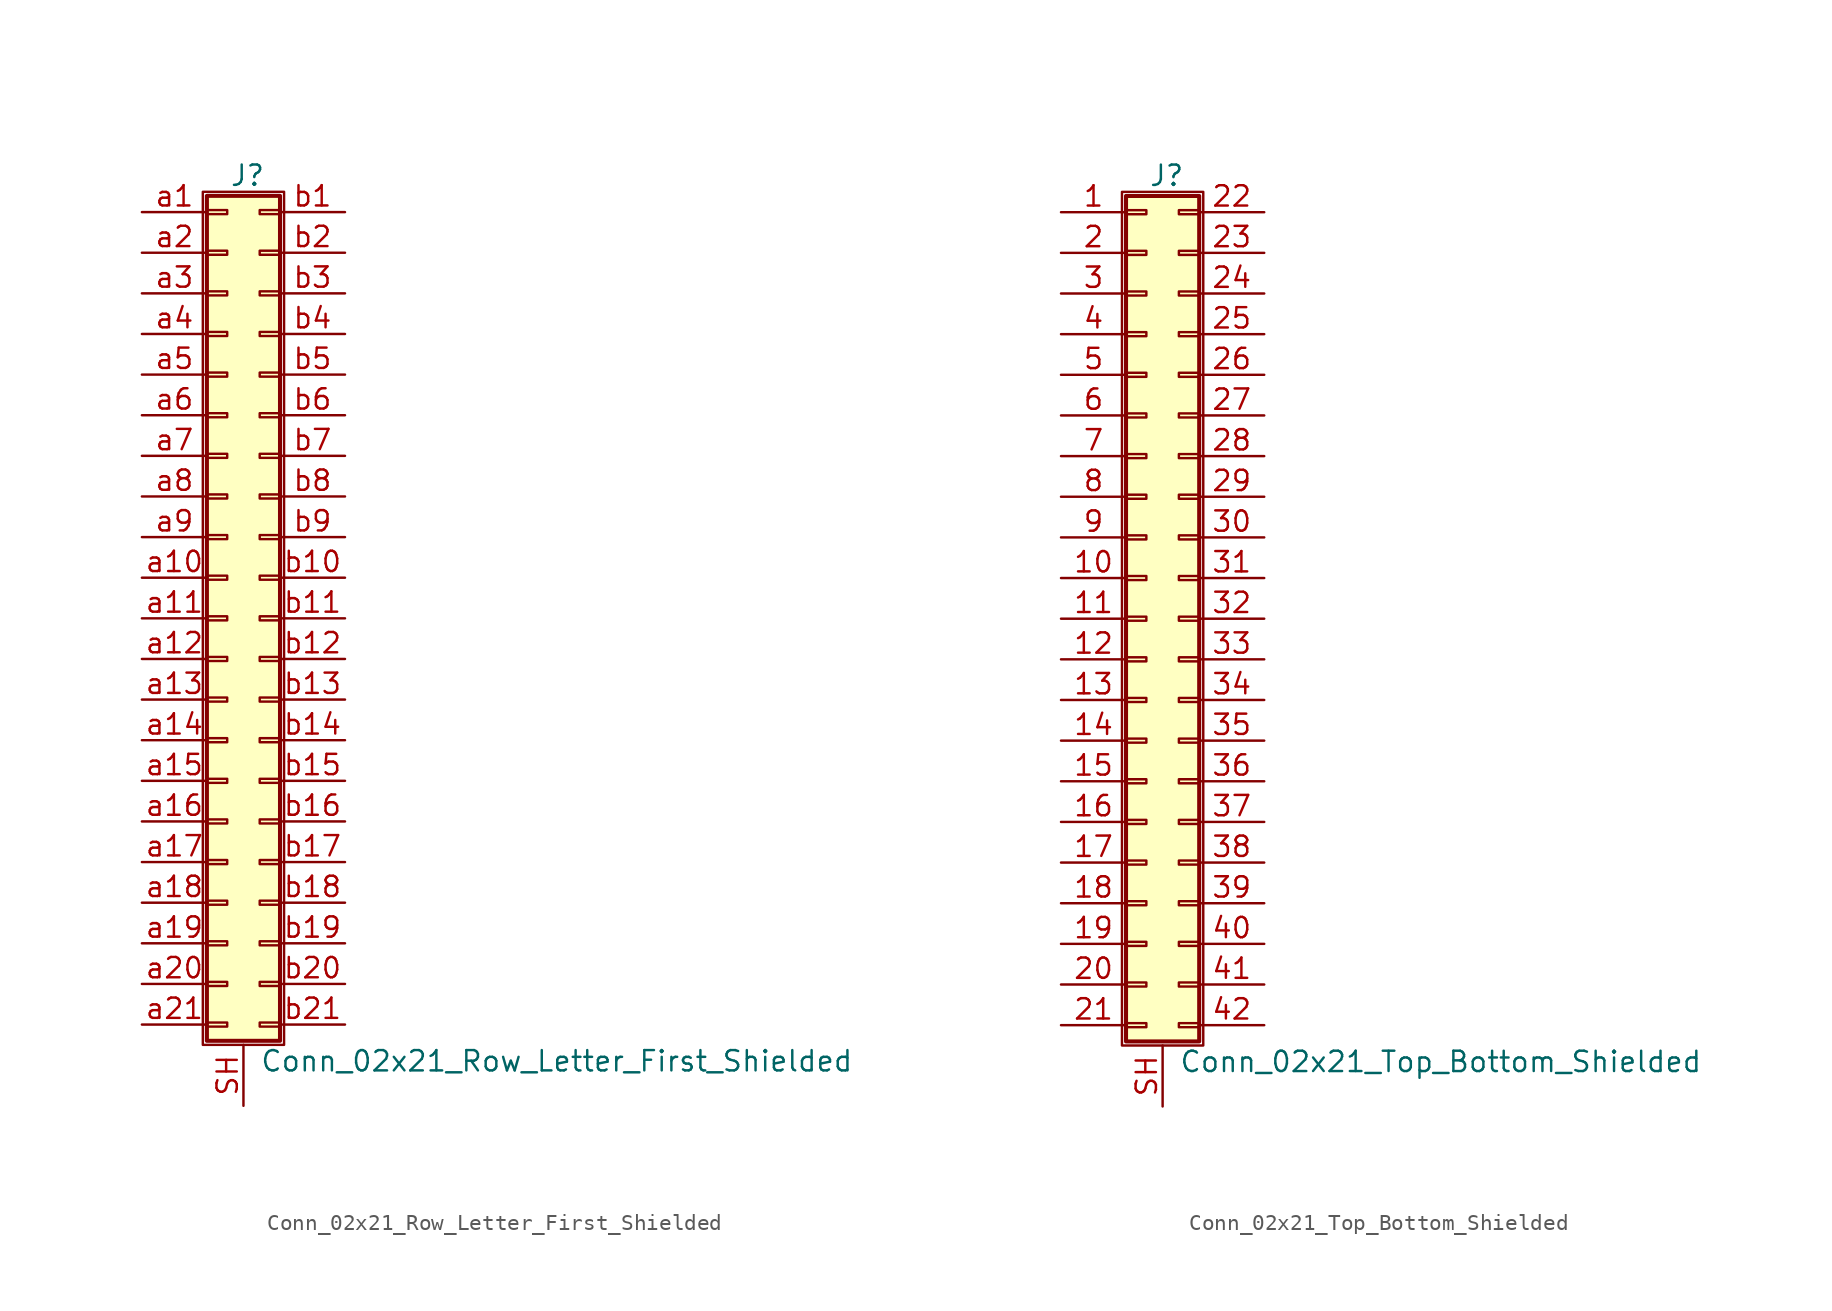
<source format=kicad_sym>
(kicad_symbol_lib
  (version 20220914)
  (generator kicad_symbol_editor)
  (symbol "Conn_02x21_Row_Letter_First_Shielded"
    (pin_names
      (offset 1.016) hide)
    (property "Reference" "J"
      (at 1.524 27.686 0)
      (effects (font (size 1.27 1.27))))
    (property "Value" "Conn_02x21_Row_Letter_First_Shielded"
      (at 2.286 -27.686 0)
      (effects (font (size 1.27 1.27)) (justify left)))
    (symbol "Conn_02x21_Row_Letter_First_Shielded_1_1"
      (rectangle (start -1.27 26.67) (end 3.81 -26.67) (stroke (width 0.152) (type default)) (fill (type none)))
      (rectangle (start -1.016 -25.273) (end 0.254 -25.527) (stroke (width 0.152) (type default)) (fill (type none)))
      (rectangle (start -1.016 -22.733) (end 0.254 -22.987) (stroke (width 0.152) (type default)) (fill (type none)))
      (rectangle (start -1.016 -20.193) (end 0.254 -20.447) (stroke (width 0.152) (type default)) (fill (type none)))
      (rectangle (start -1.016 -17.653) (end 0.254 -17.907) (stroke (width 0.152) (type default)) (fill (type none)))
      (rectangle (start -1.016 -15.113) (end 0.254 -15.367) (stroke (width 0.152) (type default)) (fill (type none)))
      (rectangle (start -1.016 -12.573) (end 0.254 -12.827) (stroke (width 0.152) (type default)) (fill (type none)))
      (rectangle (start -1.016 -10.033) (end 0.254 -10.287) (stroke (width 0.152) (type default)) (fill (type none)))
      (rectangle (start -1.016 -7.493) (end 0.254 -7.747) (stroke (width 0.152) (type default)) (fill (type none)))
      (rectangle (start -1.016 -4.953) (end 0.254 -5.207) (stroke (width 0.152) (type default)) (fill (type none)))
      (rectangle (start -1.016 -2.413) (end 0.254 -2.667) (stroke (width 0.152) (type default)) (fill (type none)))
      (rectangle (start -1.016 0.127) (end 0.254 -0.127) (stroke (width 0.152) (type default)) (fill (type none)))
      (rectangle (start -1.016 2.667) (end 0.254 2.413) (stroke (width 0.152) (type default)) (fill (type none)))
      (rectangle (start -1.016 5.207) (end 0.254 4.953) (stroke (width 0.152) (type default)) (fill (type none)))
      (rectangle (start -1.016 7.747) (end 0.254 7.493) (stroke (width 0.152) (type default)) (fill (type none)))
      (rectangle (start -1.016 10.287) (end 0.254 10.033) (stroke (width 0.152) (type default)) (fill (type none)))
      (rectangle (start -1.016 12.827) (end 0.254 12.573) (stroke (width 0.152) (type default)) (fill (type none)))
      (rectangle (start -1.016 15.367) (end 0.254 15.113) (stroke (width 0.152) (type default)) (fill (type none)))
      (rectangle (start -1.016 17.907) (end 0.254 17.653) (stroke (width 0.152) (type default)) (fill (type none)))
      (rectangle (start -1.016 20.447) (end 0.254 20.193) (stroke (width 0.152) (type default)) (fill (type none)))
      (rectangle (start -1.016 22.987) (end 0.254 22.733) (stroke (width 0.152) (type default)) (fill (type none)))
      (rectangle (start -1.016 25.527) (end 0.254 25.273) (stroke (width 0.152) (type default)) (fill (type none)))
      (rectangle (start -1.016 26.416) (end 3.556 -26.416) (stroke (width 0.254) (type default)) (fill (type background)))
      (rectangle (start 3.556 -25.273) (end 2.286 -25.527) (stroke (width 0.152) (type default)) (fill (type none)))
      (rectangle (start 3.556 -22.733) (end 2.286 -22.987) (stroke (width 0.152) (type default)) (fill (type none)))
      (rectangle (start 3.556 -20.193) (end 2.286 -20.447) (stroke (width 0.152) (type default)) (fill (type none)))
      (rectangle (start 3.556 -17.653) (end 2.286 -17.907) (stroke (width 0.152) (type default)) (fill (type none)))
      (rectangle (start 3.556 -15.113) (end 2.286 -15.367) (stroke (width 0.152) (type default)) (fill (type none)))
      (rectangle (start 3.556 -12.573) (end 2.286 -12.827) (stroke (width 0.152) (type default)) (fill (type none)))
      (rectangle (start 3.556 -10.033) (end 2.286 -10.287) (stroke (width 0.152) (type default)) (fill (type none)))
      (rectangle (start 3.556 -7.493) (end 2.286 -7.747) (stroke (width 0.152) (type default)) (fill (type none)))
      (rectangle (start 3.556 -4.953) (end 2.286 -5.207) (stroke (width 0.152) (type default)) (fill (type none)))
      (rectangle (start 3.556 -2.413) (end 2.286 -2.667) (stroke (width 0.152) (type default)) (fill (type none)))
      (rectangle (start 3.556 0.127) (end 2.286 -0.127) (stroke (width 0.152) (type default)) (fill (type none)))
      (rectangle (start 3.556 2.667) (end 2.286 2.413) (stroke (width 0.152) (type default)) (fill (type none)))
      (rectangle (start 3.556 5.207) (end 2.286 4.953) (stroke (width 0.152) (type default)) (fill (type none)))
      (rectangle (start 3.556 7.747) (end 2.286 7.493) (stroke (width 0.152) (type default)) (fill (type none)))
      (rectangle (start 3.556 10.287) (end 2.286 10.033) (stroke (width 0.152) (type default)) (fill (type none)))
      (rectangle (start 3.556 12.827) (end 2.286 12.573) (stroke (width 0.152) (type default)) (fill (type none)))
      (rectangle (start 3.556 15.367) (end 2.286 15.113) (stroke (width 0.152) (type default)) (fill (type none)))
      (rectangle (start 3.556 17.907) (end 2.286 17.653) (stroke (width 0.152) (type default)) (fill (type none)))
      (rectangle (start 3.556 20.447) (end 2.286 20.193) (stroke (width 0.152) (type default)) (fill (type none)))
      (rectangle (start 3.556 22.987) (end 2.286 22.733) (stroke (width 0.152) (type default)) (fill (type none)))
      (rectangle (start 3.556 25.527) (end 2.286 25.273) (stroke (width 0.152) (type default)) (fill (type none)))
      (pin passive line (at 1.27 -30.48 90) (length 3.81) (name "Shield" (effects (font (size 1.27 1.27)))) (number "SH" (effects (font (size 1.27 1.27)))))
      (pin passive line (at -5.08 25.4 0) (length 4.064) (name "Pin_a1" (effects (font (size 1.27 1.27)))) (number "a1" (effects (font (size 1.27 1.27)))))
      (pin passive line (at -5.08 2.54 0) (length 4.064) (name "Pin_a10" (effects (font (size 1.27 1.27)))) (number "a10" (effects (font (size 1.27 1.27)))))
      (pin passive line (at -5.08 0 0) (length 4.064) (name "Pin_a11" (effects (font (size 1.27 1.27)))) (number "a11" (effects (font (size 1.27 1.27)))))
      (pin passive line (at -5.08 -2.54 0) (length 4.064) (name "Pin_a12" (effects (font (size 1.27 1.27)))) (number "a12" (effects (font (size 1.27 1.27)))))
      (pin passive line (at -5.08 -5.08 0) (length 4.064) (name "Pin_a13" (effects (font (size 1.27 1.27)))) (number "a13" (effects (font (size 1.27 1.27)))))
      (pin passive line (at -5.08 -7.62 0) (length 4.064) (name "Pin_a14" (effects (font (size 1.27 1.27)))) (number "a14" (effects (font (size 1.27 1.27)))))
      (pin passive line (at -5.08 -10.16 0) (length 4.064) (name "Pin_a15" (effects (font (size 1.27 1.27)))) (number "a15" (effects (font (size 1.27 1.27)))))
      (pin passive line (at -5.08 -12.7 0) (length 4.064) (name "Pin_a16" (effects (font (size 1.27 1.27)))) (number "a16" (effects (font (size 1.27 1.27)))))
      (pin passive line (at -5.08 -15.24 0) (length 4.064) (name "Pin_a17" (effects (font (size 1.27 1.27)))) (number "a17" (effects (font (size 1.27 1.27)))))
      (pin passive line (at -5.08 -17.78 0) (length 4.064) (name "Pin_a18" (effects (font (size 1.27 1.27)))) (number "a18" (effects (font (size 1.27 1.27)))))
      (pin passive line (at -5.08 -20.32 0) (length 4.064) (name "Pin_a19" (effects (font (size 1.27 1.27)))) (number "a19" (effects (font (size 1.27 1.27)))))
      (pin passive line (at -5.08 22.86 0) (length 4.064) (name "Pin_a2" (effects (font (size 1.27 1.27)))) (number "a2" (effects (font (size 1.27 1.27)))))
      (pin passive line (at -5.08 -22.86 0) (length 4.064) (name "Pin_a20" (effects (font (size 1.27 1.27)))) (number "a20" (effects (font (size 1.27 1.27)))))
      (pin passive line (at -5.08 -25.4 0) (length 4.064) (name "Pin_a21" (effects (font (size 1.27 1.27)))) (number "a21" (effects (font (size 1.27 1.27)))))
      (pin passive line (at -5.08 20.32 0) (length 4.064) (name "Pin_a3" (effects (font (size 1.27 1.27)))) (number "a3" (effects (font (size 1.27 1.27)))))
      (pin passive line (at -5.08 17.78 0) (length 4.064) (name "Pin_a4" (effects (font (size 1.27 1.27)))) (number "a4" (effects (font (size 1.27 1.27)))))
      (pin passive line (at -5.08 15.24 0) (length 4.064) (name "Pin_a5" (effects (font (size 1.27 1.27)))) (number "a5" (effects (font (size 1.27 1.27)))))
      (pin passive line (at -5.08 12.7 0) (length 4.064) (name "Pin_a6" (effects (font (size 1.27 1.27)))) (number "a6" (effects (font (size 1.27 1.27)))))
      (pin passive line (at -5.08 10.16 0) (length 4.064) (name "Pin_a7" (effects (font (size 1.27 1.27)))) (number "a7" (effects (font (size 1.27 1.27)))))
      (pin passive line (at -5.08 7.62 0) (length 4.064) (name "Pin_a8" (effects (font (size 1.27 1.27)))) (number "a8" (effects (font (size 1.27 1.27)))))
      (pin passive line (at -5.08 5.08 0) (length 4.064) (name "Pin_a9" (effects (font (size 1.27 1.27)))) (number "a9" (effects (font (size 1.27 1.27)))))
      (pin passive line (at 7.62 25.4 180) (length 4.064) (name "Pin_b1" (effects (font (size 1.27 1.27)))) (number "b1" (effects (font (size 1.27 1.27)))))
      (pin passive line (at 7.62 2.54 180) (length 4.064) (name "Pin_b10" (effects (font (size 1.27 1.27)))) (number "b10" (effects (font (size 1.27 1.27)))))
      (pin passive line (at 7.62 0 180) (length 4.064) (name "Pin_b11" (effects (font (size 1.27 1.27)))) (number "b11" (effects (font (size 1.27 1.27)))))
      (pin passive line (at 7.62 -2.54 180) (length 4.064) (name "Pin_b12" (effects (font (size 1.27 1.27)))) (number "b12" (effects (font (size 1.27 1.27)))))
      (pin passive line (at 7.62 -5.08 180) (length 4.064) (name "Pin_b13" (effects (font (size 1.27 1.27)))) (number "b13" (effects (font (size 1.27 1.27)))))
      (pin passive line (at 7.62 -7.62 180) (length 4.064) (name "Pin_b14" (effects (font (size 1.27 1.27)))) (number "b14" (effects (font (size 1.27 1.27)))))
      (pin passive line (at 7.62 -10.16 180) (length 4.064) (name "Pin_b15" (effects (font (size 1.27 1.27)))) (number "b15" (effects (font (size 1.27 1.27)))))
      (pin passive line (at 7.62 -12.7 180) (length 4.064) (name "Pin_b16" (effects (font (size 1.27 1.27)))) (number "b16" (effects (font (size 1.27 1.27)))))
      (pin passive line (at 7.62 -15.24 180) (length 4.064) (name "Pin_b17" (effects (font (size 1.27 1.27)))) (number "b17" (effects (font (size 1.27 1.27)))))
      (pin passive line (at 7.62 -17.78 180) (length 4.064) (name "Pin_b18" (effects (font (size 1.27 1.27)))) (number "b18" (effects (font (size 1.27 1.27)))))
      (pin passive line (at 7.62 -20.32 180) (length 4.064) (name "Pin_b19" (effects (font (size 1.27 1.27)))) (number "b19" (effects (font (size 1.27 1.27)))))
      (pin passive line (at 7.62 22.86 180) (length 4.064) (name "Pin_b2" (effects (font (size 1.27 1.27)))) (number "b2" (effects (font (size 1.27 1.27)))))
      (pin passive line (at 7.62 -22.86 180) (length 4.064) (name "Pin_b20" (effects (font (size 1.27 1.27)))) (number "b20" (effects (font (size 1.27 1.27)))))
      (pin passive line (at 7.62 -25.4 180) (length 4.064) (name "Pin_b21" (effects (font (size 1.27 1.27)))) (number "b21" (effects (font (size 1.27 1.27)))))
      (pin passive line (at 7.62 20.32 180) (length 4.064) (name "Pin_b3" (effects (font (size 1.27 1.27)))) (number "b3" (effects (font (size 1.27 1.27)))))
      (pin passive line (at 7.62 17.78 180) (length 4.064) (name "Pin_b4" (effects (font (size 1.27 1.27)))) (number "b4" (effects (font (size 1.27 1.27)))))
      (pin passive line (at 7.62 15.24 180) (length 4.064) (name "Pin_b5" (effects (font (size 1.27 1.27)))) (number "b5" (effects (font (size 1.27 1.27)))))
      (pin passive line (at 7.62 12.7 180) (length 4.064) (name "Pin_b6" (effects (font (size 1.27 1.27)))) (number "b6" (effects (font (size 1.27 1.27)))))
      (pin passive line (at 7.62 10.16 180) (length 4.064) (name "Pin_b7" (effects (font (size 1.27 1.27)))) (number "b7" (effects (font (size 1.27 1.27)))))
      (pin passive line (at 7.62 7.62 180) (length 4.064) (name "Pin_b8" (effects (font (size 1.27 1.27)))) (number "b8" (effects (font (size 1.27 1.27)))))
      (pin passive line (at 7.62 5.08 180) (length 4.064) (name "Pin_b9" (effects (font (size 1.27 1.27)))) (number "b9" (effects (font (size 1.27 1.27)))))))
  (symbol "Conn_02x21_Top_Bottom_Shielded"
    (pin_names
      (offset 1.016) hide)
    (property "Reference" "J"
      (at 1.524 27.686 0)
      (effects (font (size 1.27 1.27))))
    (property "Value" "Conn_02x21_Top_Bottom_Shielded"
      (at 2.286 -27.686 0)
      (effects (font (size 1.27 1.27)) (justify left)))
    (symbol "Conn_02x21_Top_Bottom_Shielded_1_1"
      (rectangle (start -1.27 26.67) (end 3.81 -26.67) (stroke (width 0.152) (type default)) (fill (type none)))
      (rectangle (start -1.016 -25.273) (end 0.254 -25.527) (stroke (width 0.152) (type default)) (fill (type none)))
      (rectangle (start -1.016 -22.733) (end 0.254 -22.987) (stroke (width 0.152) (type default)) (fill (type none)))
      (rectangle (start -1.016 -20.193) (end 0.254 -20.447) (stroke (width 0.152) (type default)) (fill (type none)))
      (rectangle (start -1.016 -17.653) (end 0.254 -17.907) (stroke (width 0.152) (type default)) (fill (type none)))
      (rectangle (start -1.016 -15.113) (end 0.254 -15.367) (stroke (width 0.152) (type default)) (fill (type none)))
      (rectangle (start -1.016 -12.573) (end 0.254 -12.827) (stroke (width 0.152) (type default)) (fill (type none)))
      (rectangle (start -1.016 -10.033) (end 0.254 -10.287) (stroke (width 0.152) (type default)) (fill (type none)))
      (rectangle (start -1.016 -7.493) (end 0.254 -7.747) (stroke (width 0.152) (type default)) (fill (type none)))
      (rectangle (start -1.016 -4.953) (end 0.254 -5.207) (stroke (width 0.152) (type default)) (fill (type none)))
      (rectangle (start -1.016 -2.413) (end 0.254 -2.667) (stroke (width 0.152) (type default)) (fill (type none)))
      (rectangle (start -1.016 0.127) (end 0.254 -0.127) (stroke (width 0.152) (type default)) (fill (type none)))
      (rectangle (start -1.016 2.667) (end 0.254 2.413) (stroke (width 0.152) (type default)) (fill (type none)))
      (rectangle (start -1.016 5.207) (end 0.254 4.953) (stroke (width 0.152) (type default)) (fill (type none)))
      (rectangle (start -1.016 7.747) (end 0.254 7.493) (stroke (width 0.152) (type default)) (fill (type none)))
      (rectangle (start -1.016 10.287) (end 0.254 10.033) (stroke (width 0.152) (type default)) (fill (type none)))
      (rectangle (start -1.016 12.827) (end 0.254 12.573) (stroke (width 0.152) (type default)) (fill (type none)))
      (rectangle (start -1.016 15.367) (end 0.254 15.113) (stroke (width 0.152) (type default)) (fill (type none)))
      (rectangle (start -1.016 17.907) (end 0.254 17.653) (stroke (width 0.152) (type default)) (fill (type none)))
      (rectangle (start -1.016 20.447) (end 0.254 20.193) (stroke (width 0.152) (type default)) (fill (type none)))
      (rectangle (start -1.016 22.987) (end 0.254 22.733) (stroke (width 0.152) (type default)) (fill (type none)))
      (rectangle (start -1.016 25.527) (end 0.254 25.273) (stroke (width 0.152) (type default)) (fill (type none)))
      (rectangle (start -1.016 26.416) (end 3.556 -26.416) (stroke (width 0.254) (type default)) (fill (type background)))
      (rectangle (start 3.556 -25.273) (end 2.286 -25.527) (stroke (width 0.152) (type default)) (fill (type none)))
      (rectangle (start 3.556 -22.733) (end 2.286 -22.987) (stroke (width 0.152) (type default)) (fill (type none)))
      (rectangle (start 3.556 -20.193) (end 2.286 -20.447) (stroke (width 0.152) (type default)) (fill (type none)))
      (rectangle (start 3.556 -17.653) (end 2.286 -17.907) (stroke (width 0.152) (type default)) (fill (type none)))
      (rectangle (start 3.556 -15.113) (end 2.286 -15.367) (stroke (width 0.152) (type default)) (fill (type none)))
      (rectangle (start 3.556 -12.573) (end 2.286 -12.827) (stroke (width 0.152) (type default)) (fill (type none)))
      (rectangle (start 3.556 -10.033) (end 2.286 -10.287) (stroke (width 0.152) (type default)) (fill (type none)))
      (rectangle (start 3.556 -7.493) (end 2.286 -7.747) (stroke (width 0.152) (type default)) (fill (type none)))
      (rectangle (start 3.556 -4.953) (end 2.286 -5.207) (stroke (width 0.152) (type default)) (fill (type none)))
      (rectangle (start 3.556 -2.413) (end 2.286 -2.667) (stroke (width 0.152) (type default)) (fill (type none)))
      (rectangle (start 3.556 0.127) (end 2.286 -0.127) (stroke (width 0.152) (type default)) (fill (type none)))
      (rectangle (start 3.556 2.667) (end 2.286 2.413) (stroke (width 0.152) (type default)) (fill (type none)))
      (rectangle (start 3.556 5.207) (end 2.286 4.953) (stroke (width 0.152) (type default)) (fill (type none)))
      (rectangle (start 3.556 7.747) (end 2.286 7.493) (stroke (width 0.152) (type default)) (fill (type none)))
      (rectangle (start 3.556 10.287) (end 2.286 10.033) (stroke (width 0.152) (type default)) (fill (type none)))
      (rectangle (start 3.556 12.827) (end 2.286 12.573) (stroke (width 0.152) (type default)) (fill (type none)))
      (rectangle (start 3.556 15.367) (end 2.286 15.113) (stroke (width 0.152) (type default)) (fill (type none)))
      (rectangle (start 3.556 17.907) (end 2.286 17.653) (stroke (width 0.152) (type default)) (fill (type none)))
      (rectangle (start 3.556 20.447) (end 2.286 20.193) (stroke (width 0.152) (type default)) (fill (type none)))
      (rectangle (start 3.556 22.987) (end 2.286 22.733) (stroke (width 0.152) (type default)) (fill (type none)))
      (rectangle (start 3.556 25.527) (end 2.286 25.273) (stroke (width 0.152) (type default)) (fill (type none)))
      (pin passive line (at -5.08 25.4 0) (length 4.064) (name "Pin_1" (effects (font (size 1.27 1.27)))) (number "1" (effects (font (size 1.27 1.27)))))
      (pin passive line (at -5.08 2.54 0) (length 4.064) (name "Pin_10" (effects (font (size 1.27 1.27)))) (number "10" (effects (font (size 1.27 1.27)))))
      (pin passive line (at -5.08 0 0) (length 4.064) (name "Pin_11" (effects (font (size 1.27 1.27)))) (number "11" (effects (font (size 1.27 1.27)))))
      (pin passive line (at -5.08 -2.54 0) (length 4.064) (name "Pin_12" (effects (font (size 1.27 1.27)))) (number "12" (effects (font (size 1.27 1.27)))))
      (pin passive line (at -5.08 -5.08 0) (length 4.064) (name "Pin_13" (effects (font (size 1.27 1.27)))) (number "13" (effects (font (size 1.27 1.27)))))
      (pin passive line (at -5.08 -7.62 0) (length 4.064) (name "Pin_14" (effects (font (size 1.27 1.27)))) (number "14" (effects (font (size 1.27 1.27)))))
      (pin passive line (at -5.08 -10.16 0) (length 4.064) (name "Pin_15" (effects (font (size 1.27 1.27)))) (number "15" (effects (font (size 1.27 1.27)))))
      (pin passive line (at -5.08 -12.7 0) (length 4.064) (name "Pin_16" (effects (font (size 1.27 1.27)))) (number "16" (effects (font (size 1.27 1.27)))))
      (pin passive line (at -5.08 -15.24 0) (length 4.064) (name "Pin_17" (effects (font (size 1.27 1.27)))) (number "17" (effects (font (size 1.27 1.27)))))
      (pin passive line (at -5.08 -17.78 0) (length 4.064) (name "Pin_18" (effects (font (size 1.27 1.27)))) (number "18" (effects (font (size 1.27 1.27)))))
      (pin passive line (at -5.08 -20.32 0) (length 4.064) (name "Pin_19" (effects (font (size 1.27 1.27)))) (number "19" (effects (font (size 1.27 1.27)))))
      (pin passive line (at -5.08 22.86 0) (length 4.064) (name "Pin_2" (effects (font (size 1.27 1.27)))) (number "2" (effects (font (size 1.27 1.27)))))
      (pin passive line (at -5.08 -22.86 0) (length 4.064) (name "Pin_20" (effects (font (size 1.27 1.27)))) (number "20" (effects (font (size 1.27 1.27)))))
      (pin passive line (at -5.08 -25.4 0) (length 4.064) (name "Pin_21" (effects (font (size 1.27 1.27)))) (number "21" (effects (font (size 1.27 1.27)))))
      (pin passive line (at 7.62 25.4 180) (length 4.064) (name "Pin_22" (effects (font (size 1.27 1.27)))) (number "22" (effects (font (size 1.27 1.27)))))
      (pin passive line (at 7.62 22.86 180) (length 4.064) (name "Pin_23" (effects (font (size 1.27 1.27)))) (number "23" (effects (font (size 1.27 1.27)))))
      (pin passive line (at 7.62 20.32 180) (length 4.064) (name "Pin_24" (effects (font (size 1.27 1.27)))) (number "24" (effects (font (size 1.27 1.27)))))
      (pin passive line (at 7.62 17.78 180) (length 4.064) (name "Pin_25" (effects (font (size 1.27 1.27)))) (number "25" (effects (font (size 1.27 1.27)))))
      (pin passive line (at 7.62 15.24 180) (length 4.064) (name "Pin_26" (effects (font (size 1.27 1.27)))) (number "26" (effects (font (size 1.27 1.27)))))
      (pin passive line (at 7.62 12.7 180) (length 4.064) (name "Pin_27" (effects (font (size 1.27 1.27)))) (number "27" (effects (font (size 1.27 1.27)))))
      (pin passive line (at 7.62 10.16 180) (length 4.064) (name "Pin_28" (effects (font (size 1.27 1.27)))) (number "28" (effects (font (size 1.27 1.27)))))
      (pin passive line (at 7.62 7.62 180) (length 4.064) (name "Pin_29" (effects (font (size 1.27 1.27)))) (number "29" (effects (font (size 1.27 1.27)))))
      (pin passive line (at -5.08 20.32 0) (length 4.064) (name "Pin_3" (effects (font (size 1.27 1.27)))) (number "3" (effects (font (size 1.27 1.27)))))
      (pin passive line (at 7.62 5.08 180) (length 4.064) (name "Pin_30" (effects (font (size 1.27 1.27)))) (number "30" (effects (font (size 1.27 1.27)))))
      (pin passive line (at 7.62 2.54 180) (length 4.064) (name "Pin_31" (effects (font (size 1.27 1.27)))) (number "31" (effects (font (size 1.27 1.27)))))
      (pin passive line (at 7.62 0 180) (length 4.064) (name "Pin_32" (effects (font (size 1.27 1.27)))) (number "32" (effects (font (size 1.27 1.27)))))
      (pin passive line (at 7.62 -2.54 180) (length 4.064) (name "Pin_33" (effects (font (size 1.27 1.27)))) (number "33" (effects (font (size 1.27 1.27)))))
      (pin passive line (at 7.62 -5.08 180) (length 4.064) (name "Pin_34" (effects (font (size 1.27 1.27)))) (number "34" (effects (font (size 1.27 1.27)))))
      (pin passive line (at 7.62 -7.62 180) (length 4.064) (name "Pin_35" (effects (font (size 1.27 1.27)))) (number "35" (effects (font (size 1.27 1.27)))))
      (pin passive line (at 7.62 -10.16 180) (length 4.064) (name "Pin_36" (effects (font (size 1.27 1.27)))) (number "36" (effects (font (size 1.27 1.27)))))
      (pin passive line (at 7.62 -12.7 180) (length 4.064) (name "Pin_37" (effects (font (size 1.27 1.27)))) (number "37" (effects (font (size 1.27 1.27)))))
      (pin passive line (at 7.62 -15.24 180) (length 4.064) (name "Pin_38" (effects (font (size 1.27 1.27)))) (number "38" (effects (font (size 1.27 1.27)))))
      (pin passive line (at 7.62 -17.78 180) (length 4.064) (name "Pin_39" (effects (font (size 1.27 1.27)))) (number "39" (effects (font (size 1.27 1.27)))))
      (pin passive line (at -5.08 17.78 0) (length 4.064) (name "Pin_4" (effects (font (size 1.27 1.27)))) (number "4" (effects (font (size 1.27 1.27)))))
      (pin passive line (at 7.62 -20.32 180) (length 4.064) (name "Pin_40" (effects (font (size 1.27 1.27)))) (number "40" (effects (font (size 1.27 1.27)))))
      (pin passive line (at 7.62 -22.86 180) (length 4.064) (name "Pin_41" (effects (font (size 1.27 1.27)))) (number "41" (effects (font (size 1.27 1.27)))))
      (pin passive line (at 7.62 -25.4 180) (length 4.064) (name "Pin_42" (effects (font (size 1.27 1.27)))) (number "42" (effects (font (size 1.27 1.27)))))
      (pin passive line (at -5.08 15.24 0) (length 4.064) (name "Pin_5" (effects (font (size 1.27 1.27)))) (number "5" (effects (font (size 1.27 1.27)))))
      (pin passive line (at -5.08 12.7 0) (length 4.064) (name "Pin_6" (effects (font (size 1.27 1.27)))) (number "6" (effects (font (size 1.27 1.27)))))
      (pin passive line (at -5.08 10.16 0) (length 4.064) (name "Pin_7" (effects (font (size 1.27 1.27)))) (number "7" (effects (font (size 1.27 1.27)))))
      (pin passive line (at -5.08 7.62 0) (length 4.064) (name "Pin_8" (effects (font (size 1.27 1.27)))) (number "8" (effects (font (size 1.27 1.27)))))
      (pin passive line (at -5.08 5.08 0) (length 4.064) (name "Pin_9" (effects (font (size 1.27 1.27)))) (number "9" (effects (font (size 1.27 1.27)))))
      (pin passive line (at 1.27 -30.48 90) (length 3.81) (name "Shield" (effects (font (size 1.27 1.27)))) (number "SH" (effects (font (size 1.27 1.27))))))))
</source>
